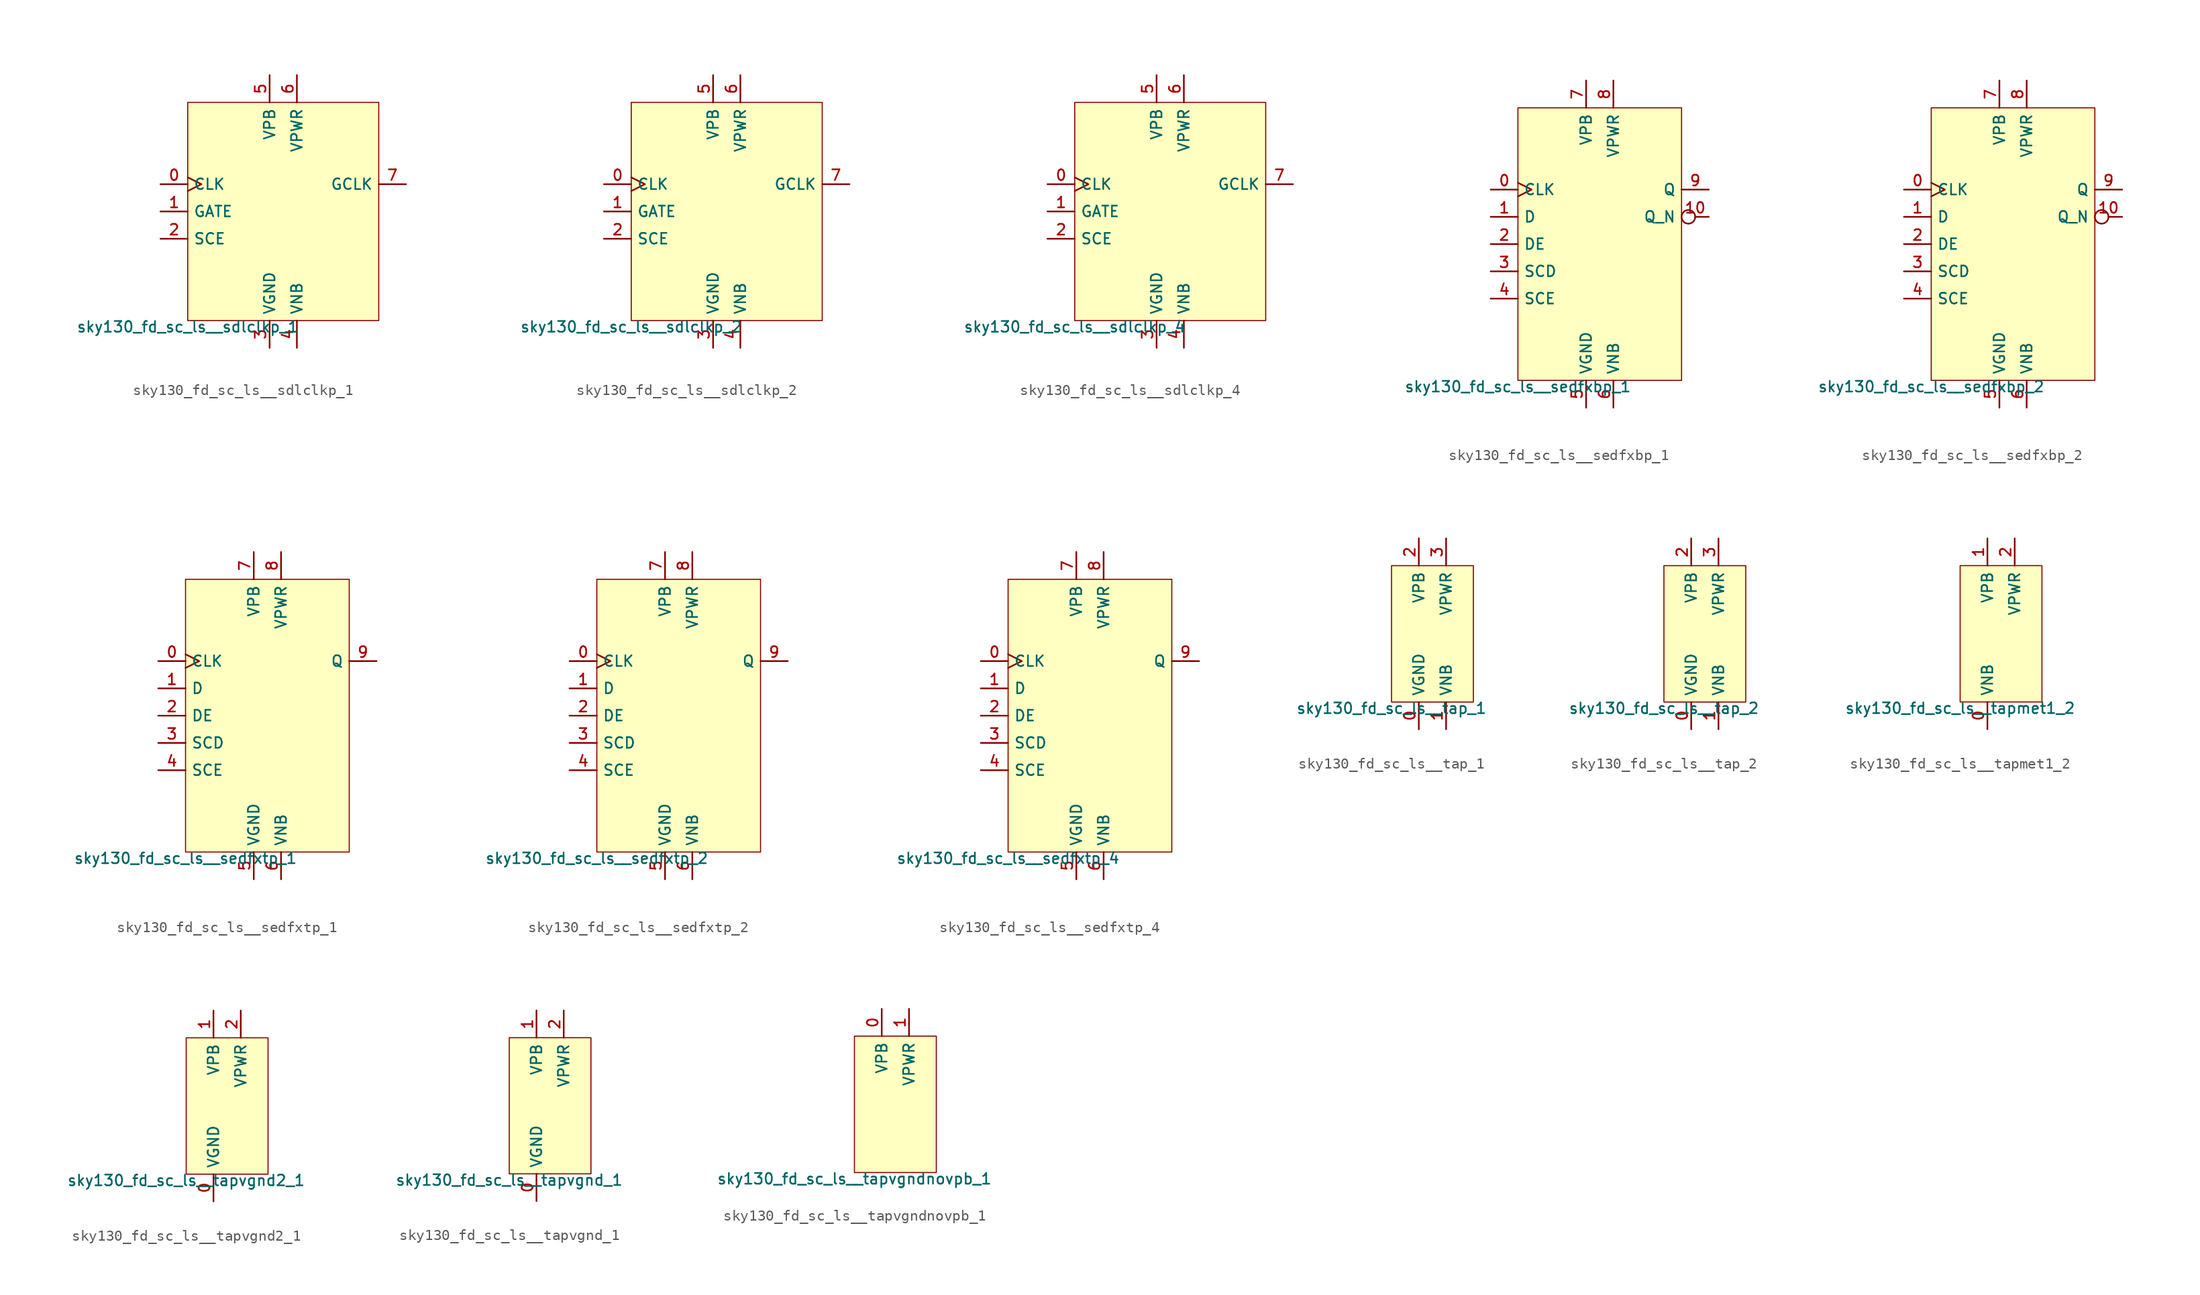
<source format=kicad_sym>
(kicad_symbol_lib
  (version 20211014)
  (generator lef2kicad_sym)
  (symbol "sky130_fd_sc_ls__sdlclkp_1"
    (property "Reference" "X"
      (at 0 0 0)
      (effects (font (size 1 1)) hide))
    (property "Value" "sky130_fd_sc_ls__sdlclkp_1"
      (at -8.89 -10.16 0)
      (effects (font (size 1 1)) (justify top)))
    (rectangle
      (start -8.89 -10.16)
      (end 8.89 10.16)
      (stroke (width 0.1) (type solid) (color 0 0 0 0))
      (fill (type background)))
    (pin input clock
      (at -11.43 2.54 0)
      (length 2.54)
      (name "CLK" (effects (font (size 1 1)) hide))
      (number "0" (effects (font (size 1 1)) hide)))
    (pin input line
      (at -11.43 0.0 0)
      (length 2.54)
      (name "GATE" (effects (font (size 1 1)) hide))
      (number "1" (effects (font (size 1 1)) hide)))
    (pin input line
      (at -11.43 -2.54 0)
      (length 2.54)
      (name "SCE" (effects (font (size 1 1)) hide))
      (number "2" (effects (font (size 1 1)) hide)))
    (pin power_in line
      (at -1.27 -12.7 90)
      (length 2.54)
      (name "VGND" (effects (font (size 1 1)) hide))
      (number "3" (effects (font (size 1 1)) hide)))
    (pin power_in line
      (at 1.27 -12.7 90)
      (length 2.54)
      (name "VNB" (effects (font (size 1 1)) hide))
      (number "4" (effects (font (size 1 1)) hide)))
    (pin power_in line
      (at -1.27 12.7 270)
      (length 2.54)
      (name "VPB" (effects (font (size 1 1)) hide))
      (number "5" (effects (font (size 1 1)) hide)))
    (pin power_in line
      (at 1.27 12.7 270)
      (length 2.54)
      (name "VPWR" (effects (font (size 1 1)) hide))
      (number "6" (effects (font (size 1 1)) hide)))
    (pin output line
      (at 11.43 2.54 180)
      (length 2.54)
      (name "GCLK" (effects (font (size 1 1)) hide))
      (number "7" (effects (font (size 1 1)) hide))))
  (symbol "sky130_fd_sc_ls__sdlclkp_2"
    (property "Reference" "X"
      (at 0 0 0)
      (effects (font (size 1 1)) hide))
    (property "Value" "sky130_fd_sc_ls__sdlclkp_2"
      (at -8.89 -10.16 0)
      (effects (font (size 1 1)) (justify top)))
    (rectangle
      (start -8.89 -10.16)
      (end 8.89 10.16)
      (stroke (width 0.1) (type solid) (color 0 0 0 0))
      (fill (type background)))
    (pin input clock
      (at -11.43 2.54 0)
      (length 2.54)
      (name "CLK" (effects (font (size 1 1)) hide))
      (number "0" (effects (font (size 1 1)) hide)))
    (pin input line
      (at -11.43 0.0 0)
      (length 2.54)
      (name "GATE" (effects (font (size 1 1)) hide))
      (number "1" (effects (font (size 1 1)) hide)))
    (pin input line
      (at -11.43 -2.54 0)
      (length 2.54)
      (name "SCE" (effects (font (size 1 1)) hide))
      (number "2" (effects (font (size 1 1)) hide)))
    (pin power_in line
      (at -1.27 -12.7 90)
      (length 2.54)
      (name "VGND" (effects (font (size 1 1)) hide))
      (number "3" (effects (font (size 1 1)) hide)))
    (pin power_in line
      (at 1.27 -12.7 90)
      (length 2.54)
      (name "VNB" (effects (font (size 1 1)) hide))
      (number "4" (effects (font (size 1 1)) hide)))
    (pin power_in line
      (at -1.27 12.7 270)
      (length 2.54)
      (name "VPB" (effects (font (size 1 1)) hide))
      (number "5" (effects (font (size 1 1)) hide)))
    (pin power_in line
      (at 1.27 12.7 270)
      (length 2.54)
      (name "VPWR" (effects (font (size 1 1)) hide))
      (number "6" (effects (font (size 1 1)) hide)))
    (pin output line
      (at 11.43 2.54 180)
      (length 2.54)
      (name "GCLK" (effects (font (size 1 1)) hide))
      (number "7" (effects (font (size 1 1)) hide))))
  (symbol "sky130_fd_sc_ls__sdlclkp_4"
    (property "Reference" "X"
      (at 0 0 0)
      (effects (font (size 1 1)) hide))
    (property "Value" "sky130_fd_sc_ls__sdlclkp_4"
      (at -8.89 -10.16 0)
      (effects (font (size 1 1)) (justify top)))
    (rectangle
      (start -8.89 -10.16)
      (end 8.89 10.16)
      (stroke (width 0.1) (type solid) (color 0 0 0 0))
      (fill (type background)))
    (pin input clock
      (at -11.43 2.54 0)
      (length 2.54)
      (name "CLK" (effects (font (size 1 1)) hide))
      (number "0" (effects (font (size 1 1)) hide)))
    (pin input line
      (at -11.43 0.0 0)
      (length 2.54)
      (name "GATE" (effects (font (size 1 1)) hide))
      (number "1" (effects (font (size 1 1)) hide)))
    (pin input line
      (at -11.43 -2.54 0)
      (length 2.54)
      (name "SCE" (effects (font (size 1 1)) hide))
      (number "2" (effects (font (size 1 1)) hide)))
    (pin power_in line
      (at -1.27 -12.7 90)
      (length 2.54)
      (name "VGND" (effects (font (size 1 1)) hide))
      (number "3" (effects (font (size 1 1)) hide)))
    (pin power_in line
      (at 1.27 -12.7 90)
      (length 2.54)
      (name "VNB" (effects (font (size 1 1)) hide))
      (number "4" (effects (font (size 1 1)) hide)))
    (pin power_in line
      (at -1.27 12.7 270)
      (length 2.54)
      (name "VPB" (effects (font (size 1 1)) hide))
      (number "5" (effects (font (size 1 1)) hide)))
    (pin power_in line
      (at 1.27 12.7 270)
      (length 2.54)
      (name "VPWR" (effects (font (size 1 1)) hide))
      (number "6" (effects (font (size 1 1)) hide)))
    (pin output line
      (at 11.43 2.54 180)
      (length 2.54)
      (name "GCLK" (effects (font (size 1 1)) hide))
      (number "7" (effects (font (size 1 1)) hide))))
  (symbol "sky130_fd_sc_ls__sedfxbp_1"
    (property "Reference" "X"
      (at 0 0 0)
      (effects (font (size 1 1)) hide))
    (property "Value" "sky130_fd_sc_ls__sedfxbp_1"
      (at -7.62 -12.7 0)
      (effects (font (size 1 1)) (justify top)))
    (rectangle
      (start -7.62 -12.7)
      (end 7.62 12.7)
      (stroke (width 0.1) (type solid) (color 0 0 0 0))
      (fill (type background)))
    (pin input clock
      (at -10.16 5.08 0)
      (length 2.54)
      (name "CLK" (effects (font (size 1 1)) hide))
      (number "0" (effects (font (size 1 1)) hide)))
    (pin input line
      (at -10.16 2.54 0)
      (length 2.54)
      (name "D" (effects (font (size 1 1)) hide))
      (number "1" (effects (font (size 1 1)) hide)))
    (pin input line
      (at -10.16 -8.881784197001252e-16 0)
      (length 2.54)
      (name "DE" (effects (font (size 1 1)) hide))
      (number "2" (effects (font (size 1 1)) hide)))
    (pin input line
      (at -10.16 -2.54 0)
      (length 2.54)
      (name "SCD" (effects (font (size 1 1)) hide))
      (number "3" (effects (font (size 1 1)) hide)))
    (pin input line
      (at -10.16 -5.08 0)
      (length 2.54)
      (name "SCE" (effects (font (size 1 1)) hide))
      (number "4" (effects (font (size 1 1)) hide)))
    (pin power_in line
      (at -1.27 -15.24 90)
      (length 2.54)
      (name "VGND" (effects (font (size 1 1)) hide))
      (number "5" (effects (font (size 1 1)) hide)))
    (pin power_in line
      (at 1.27 -15.24 90)
      (length 2.54)
      (name "VNB" (effects (font (size 1 1)) hide))
      (number "6" (effects (font (size 1 1)) hide)))
    (pin power_in line
      (at -1.27 15.24 270)
      (length 2.54)
      (name "VPB" (effects (font (size 1 1)) hide))
      (number "7" (effects (font (size 1 1)) hide)))
    (pin power_in line
      (at 1.27 15.24 270)
      (length 2.54)
      (name "VPWR" (effects (font (size 1 1)) hide))
      (number "8" (effects (font (size 1 1)) hide)))
    (pin output line
      (at 10.16 5.08 180)
      (length 2.54)
      (name "Q" (effects (font (size 1 1)) hide))
      (number "9" (effects (font (size 1 1)) hide)))
    (pin output inverted
      (at 10.16 2.54 180)
      (length 2.54)
      (name "Q_N" (effects (font (size 1 1)) hide))
      (number "10" (effects (font (size 1 1)) hide))))
  (symbol "sky130_fd_sc_ls__sedfxbp_2"
    (property "Reference" "X"
      (at 0 0 0)
      (effects (font (size 1 1)) hide))
    (property "Value" "sky130_fd_sc_ls__sedfxbp_2"
      (at -7.62 -12.7 0)
      (effects (font (size 1 1)) (justify top)))
    (rectangle
      (start -7.62 -12.7)
      (end 7.62 12.7)
      (stroke (width 0.1) (type solid) (color 0 0 0 0))
      (fill (type background)))
    (pin input clock
      (at -10.16 5.08 0)
      (length 2.54)
      (name "CLK" (effects (font (size 1 1)) hide))
      (number "0" (effects (font (size 1 1)) hide)))
    (pin input line
      (at -10.16 2.54 0)
      (length 2.54)
      (name "D" (effects (font (size 1 1)) hide))
      (number "1" (effects (font (size 1 1)) hide)))
    (pin input line
      (at -10.16 -8.881784197001252e-16 0)
      (length 2.54)
      (name "DE" (effects (font (size 1 1)) hide))
      (number "2" (effects (font (size 1 1)) hide)))
    (pin input line
      (at -10.16 -2.54 0)
      (length 2.54)
      (name "SCD" (effects (font (size 1 1)) hide))
      (number "3" (effects (font (size 1 1)) hide)))
    (pin input line
      (at -10.16 -5.08 0)
      (length 2.54)
      (name "SCE" (effects (font (size 1 1)) hide))
      (number "4" (effects (font (size 1 1)) hide)))
    (pin power_in line
      (at -1.27 -15.24 90)
      (length 2.54)
      (name "VGND" (effects (font (size 1 1)) hide))
      (number "5" (effects (font (size 1 1)) hide)))
    (pin power_in line
      (at 1.27 -15.24 90)
      (length 2.54)
      (name "VNB" (effects (font (size 1 1)) hide))
      (number "6" (effects (font (size 1 1)) hide)))
    (pin power_in line
      (at -1.27 15.24 270)
      (length 2.54)
      (name "VPB" (effects (font (size 1 1)) hide))
      (number "7" (effects (font (size 1 1)) hide)))
    (pin power_in line
      (at 1.27 15.24 270)
      (length 2.54)
      (name "VPWR" (effects (font (size 1 1)) hide))
      (number "8" (effects (font (size 1 1)) hide)))
    (pin output line
      (at 10.16 5.08 180)
      (length 2.54)
      (name "Q" (effects (font (size 1 1)) hide))
      (number "9" (effects (font (size 1 1)) hide)))
    (pin output inverted
      (at 10.16 2.54 180)
      (length 2.54)
      (name "Q_N" (effects (font (size 1 1)) hide))
      (number "10" (effects (font (size 1 1)) hide))))
  (symbol "sky130_fd_sc_ls__sedfxtp_1"
    (property "Reference" "X"
      (at 0 0 0)
      (effects (font (size 1 1)) hide))
    (property "Value" "sky130_fd_sc_ls__sedfxtp_1"
      (at -7.62 -12.7 0)
      (effects (font (size 1 1)) (justify top)))
    (rectangle
      (start -7.62 -12.7)
      (end 7.62 12.7)
      (stroke (width 0.1) (type solid) (color 0 0 0 0))
      (fill (type background)))
    (pin input clock
      (at -10.16 5.08 0)
      (length 2.54)
      (name "CLK" (effects (font (size 1 1)) hide))
      (number "0" (effects (font (size 1 1)) hide)))
    (pin input line
      (at -10.16 2.54 0)
      (length 2.54)
      (name "D" (effects (font (size 1 1)) hide))
      (number "1" (effects (font (size 1 1)) hide)))
    (pin input line
      (at -10.16 -8.881784197001252e-16 0)
      (length 2.54)
      (name "DE" (effects (font (size 1 1)) hide))
      (number "2" (effects (font (size 1 1)) hide)))
    (pin input line
      (at -10.16 -2.54 0)
      (length 2.54)
      (name "SCD" (effects (font (size 1 1)) hide))
      (number "3" (effects (font (size 1 1)) hide)))
    (pin input line
      (at -10.16 -5.08 0)
      (length 2.54)
      (name "SCE" (effects (font (size 1 1)) hide))
      (number "4" (effects (font (size 1 1)) hide)))
    (pin power_in line
      (at -1.27 -15.24 90)
      (length 2.54)
      (name "VGND" (effects (font (size 1 1)) hide))
      (number "5" (effects (font (size 1 1)) hide)))
    (pin power_in line
      (at 1.27 -15.24 90)
      (length 2.54)
      (name "VNB" (effects (font (size 1 1)) hide))
      (number "6" (effects (font (size 1 1)) hide)))
    (pin power_in line
      (at -1.27 15.24 270)
      (length 2.54)
      (name "VPB" (effects (font (size 1 1)) hide))
      (number "7" (effects (font (size 1 1)) hide)))
    (pin power_in line
      (at 1.27 15.24 270)
      (length 2.54)
      (name "VPWR" (effects (font (size 1 1)) hide))
      (number "8" (effects (font (size 1 1)) hide)))
    (pin output line
      (at 10.16 5.08 180)
      (length 2.54)
      (name "Q" (effects (font (size 1 1)) hide))
      (number "9" (effects (font (size 1 1)) hide))))
  (symbol "sky130_fd_sc_ls__sedfxtp_2"
    (property "Reference" "X"
      (at 0 0 0)
      (effects (font (size 1 1)) hide))
    (property "Value" "sky130_fd_sc_ls__sedfxtp_2"
      (at -7.62 -12.7 0)
      (effects (font (size 1 1)) (justify top)))
    (rectangle
      (start -7.62 -12.7)
      (end 7.62 12.7)
      (stroke (width 0.1) (type solid) (color 0 0 0 0))
      (fill (type background)))
    (pin input clock
      (at -10.16 5.08 0)
      (length 2.54)
      (name "CLK" (effects (font (size 1 1)) hide))
      (number "0" (effects (font (size 1 1)) hide)))
    (pin input line
      (at -10.16 2.54 0)
      (length 2.54)
      (name "D" (effects (font (size 1 1)) hide))
      (number "1" (effects (font (size 1 1)) hide)))
    (pin input line
      (at -10.16 -8.881784197001252e-16 0)
      (length 2.54)
      (name "DE" (effects (font (size 1 1)) hide))
      (number "2" (effects (font (size 1 1)) hide)))
    (pin input line
      (at -10.16 -2.54 0)
      (length 2.54)
      (name "SCD" (effects (font (size 1 1)) hide))
      (number "3" (effects (font (size 1 1)) hide)))
    (pin input line
      (at -10.16 -5.08 0)
      (length 2.54)
      (name "SCE" (effects (font (size 1 1)) hide))
      (number "4" (effects (font (size 1 1)) hide)))
    (pin power_in line
      (at -1.27 -15.24 90)
      (length 2.54)
      (name "VGND" (effects (font (size 1 1)) hide))
      (number "5" (effects (font (size 1 1)) hide)))
    (pin power_in line
      (at 1.27 -15.24 90)
      (length 2.54)
      (name "VNB" (effects (font (size 1 1)) hide))
      (number "6" (effects (font (size 1 1)) hide)))
    (pin power_in line
      (at -1.27 15.24 270)
      (length 2.54)
      (name "VPB" (effects (font (size 1 1)) hide))
      (number "7" (effects (font (size 1 1)) hide)))
    (pin power_in line
      (at 1.27 15.24 270)
      (length 2.54)
      (name "VPWR" (effects (font (size 1 1)) hide))
      (number "8" (effects (font (size 1 1)) hide)))
    (pin output line
      (at 10.16 5.08 180)
      (length 2.54)
      (name "Q" (effects (font (size 1 1)) hide))
      (number "9" (effects (font (size 1 1)) hide))))
  (symbol "sky130_fd_sc_ls__sedfxtp_4"
    (property "Reference" "X"
      (at 0 0 0)
      (effects (font (size 1 1)) hide))
    (property "Value" "sky130_fd_sc_ls__sedfxtp_4"
      (at -7.62 -12.7 0)
      (effects (font (size 1 1)) (justify top)))
    (rectangle
      (start -7.62 -12.7)
      (end 7.62 12.7)
      (stroke (width 0.1) (type solid) (color 0 0 0 0))
      (fill (type background)))
    (pin input clock
      (at -10.16 5.08 0)
      (length 2.54)
      (name "CLK" (effects (font (size 1 1)) hide))
      (number "0" (effects (font (size 1 1)) hide)))
    (pin input line
      (at -10.16 2.54 0)
      (length 2.54)
      (name "D" (effects (font (size 1 1)) hide))
      (number "1" (effects (font (size 1 1)) hide)))
    (pin input line
      (at -10.16 -8.881784197001252e-16 0)
      (length 2.54)
      (name "DE" (effects (font (size 1 1)) hide))
      (number "2" (effects (font (size 1 1)) hide)))
    (pin input line
      (at -10.16 -2.54 0)
      (length 2.54)
      (name "SCD" (effects (font (size 1 1)) hide))
      (number "3" (effects (font (size 1 1)) hide)))
    (pin input line
      (at -10.16 -5.08 0)
      (length 2.54)
      (name "SCE" (effects (font (size 1 1)) hide))
      (number "4" (effects (font (size 1 1)) hide)))
    (pin power_in line
      (at -1.27 -15.24 90)
      (length 2.54)
      (name "VGND" (effects (font (size 1 1)) hide))
      (number "5" (effects (font (size 1 1)) hide)))
    (pin power_in line
      (at 1.27 -15.24 90)
      (length 2.54)
      (name "VNB" (effects (font (size 1 1)) hide))
      (number "6" (effects (font (size 1 1)) hide)))
    (pin power_in line
      (at -1.27 15.24 270)
      (length 2.54)
      (name "VPB" (effects (font (size 1 1)) hide))
      (number "7" (effects (font (size 1 1)) hide)))
    (pin power_in line
      (at 1.27 15.24 270)
      (length 2.54)
      (name "VPWR" (effects (font (size 1 1)) hide))
      (number "8" (effects (font (size 1 1)) hide)))
    (pin output line
      (at 10.16 5.08 180)
      (length 2.54)
      (name "Q" (effects (font (size 1 1)) hide))
      (number "9" (effects (font (size 1 1)) hide))))
  (symbol "sky130_fd_sc_ls__tap_1"
    (property "Reference" "X"
      (at 0 0 0)
      (effects (font (size 1 1)) hide))
    (property "Value" "sky130_fd_sc_ls__tap_1"
      (at -3.81 -6.35 0)
      (effects (font (size 1 1)) (justify top)))
    (rectangle
      (start -3.81 -6.35)
      (end 3.81 6.35)
      (stroke (width 0.1) (type solid) (color 0 0 0 0))
      (fill (type background)))
    (pin power_in line
      (at -1.27 -8.89 90)
      (length 2.54)
      (name "VGND" (effects (font (size 1 1)) hide))
      (number "0" (effects (font (size 1 1)) hide)))
    (pin power_in line
      (at 1.27 -8.89 90)
      (length 2.54)
      (name "VNB" (effects (font (size 1 1)) hide))
      (number "1" (effects (font (size 1 1)) hide)))
    (pin power_in line
      (at -1.27 8.89 270)
      (length 2.54)
      (name "VPB" (effects (font (size 1 1)) hide))
      (number "2" (effects (font (size 1 1)) hide)))
    (pin power_in line
      (at 1.27 8.89 270)
      (length 2.54)
      (name "VPWR" (effects (font (size 1 1)) hide))
      (number "3" (effects (font (size 1 1)) hide))))
  (symbol "sky130_fd_sc_ls__tap_2"
    (property "Reference" "X"
      (at 0 0 0)
      (effects (font (size 1 1)) hide))
    (property "Value" "sky130_fd_sc_ls__tap_2"
      (at -3.81 -6.35 0)
      (effects (font (size 1 1)) (justify top)))
    (rectangle
      (start -3.81 -6.35)
      (end 3.81 6.35)
      (stroke (width 0.1) (type solid) (color 0 0 0 0))
      (fill (type background)))
    (pin power_in line
      (at -1.27 -8.89 90)
      (length 2.54)
      (name "VGND" (effects (font (size 1 1)) hide))
      (number "0" (effects (font (size 1 1)) hide)))
    (pin power_in line
      (at 1.27 -8.89 90)
      (length 2.54)
      (name "VNB" (effects (font (size 1 1)) hide))
      (number "1" (effects (font (size 1 1)) hide)))
    (pin power_in line
      (at -1.27 8.89 270)
      (length 2.54)
      (name "VPB" (effects (font (size 1 1)) hide))
      (number "2" (effects (font (size 1 1)) hide)))
    (pin power_in line
      (at 1.27 8.89 270)
      (length 2.54)
      (name "VPWR" (effects (font (size 1 1)) hide))
      (number "3" (effects (font (size 1 1)) hide))))
  (symbol "sky130_fd_sc_ls__tapmet1_2"
    (property "Reference" "X"
      (at 0 0 0)
      (effects (font (size 1 1)) hide))
    (property "Value" "sky130_fd_sc_ls__tapmet1_2"
      (at -3.81 -6.35 0)
      (effects (font (size 1 1)) (justify top)))
    (rectangle
      (start -3.81 -6.35)
      (end 3.81 6.35)
      (stroke (width 0.1) (type solid) (color 0 0 0 0))
      (fill (type background)))
    (pin power_in line
      (at -1.27 -8.89 90)
      (length 2.54)
      (name "VNB" (effects (font (size 1 1)) hide))
      (number "0" (effects (font (size 1 1)) hide)))
    (pin power_in line
      (at -1.27 8.89 270)
      (length 2.54)
      (name "VPB" (effects (font (size 1 1)) hide))
      (number "1" (effects (font (size 1 1)) hide)))
    (pin power_in line
      (at 1.27 8.89 270)
      (length 2.54)
      (name "VPWR" (effects (font (size 1 1)) hide))
      (number "2" (effects (font (size 1 1)) hide))))
  (symbol "sky130_fd_sc_ls__tapvgnd2_1"
    (property "Reference" "X"
      (at 0 0 0)
      (effects (font (size 1 1)) hide))
    (property "Value" "sky130_fd_sc_ls__tapvgnd2_1"
      (at -3.81 -6.35 0)
      (effects (font (size 1 1)) (justify top)))
    (rectangle
      (start -3.81 -6.35)
      (end 3.81 6.35)
      (stroke (width 0.1) (type solid) (color 0 0 0 0))
      (fill (type background)))
    (pin power_in line
      (at -1.27 -8.89 90)
      (length 2.54)
      (name "VGND" (effects (font (size 1 1)) hide))
      (number "0" (effects (font (size 1 1)) hide)))
    (pin power_in line
      (at -1.27 8.89 270)
      (length 2.54)
      (name "VPB" (effects (font (size 1 1)) hide))
      (number "1" (effects (font (size 1 1)) hide)))
    (pin power_in line
      (at 1.27 8.89 270)
      (length 2.54)
      (name "VPWR" (effects (font (size 1 1)) hide))
      (number "2" (effects (font (size 1 1)) hide))))
  (symbol "sky130_fd_sc_ls__tapvgnd_1"
    (property "Reference" "X"
      (at 0 0 0)
      (effects (font (size 1 1)) hide))
    (property "Value" "sky130_fd_sc_ls__tapvgnd_1"
      (at -3.81 -6.35 0)
      (effects (font (size 1 1)) (justify top)))
    (rectangle
      (start -3.81 -6.35)
      (end 3.81 6.35)
      (stroke (width 0.1) (type solid) (color 0 0 0 0))
      (fill (type background)))
    (pin power_in line
      (at -1.27 -8.89 90)
      (length 2.54)
      (name "VGND" (effects (font (size 1 1)) hide))
      (number "0" (effects (font (size 1 1)) hide)))
    (pin power_in line
      (at -1.27 8.89 270)
      (length 2.54)
      (name "VPB" (effects (font (size 1 1)) hide))
      (number "1" (effects (font (size 1 1)) hide)))
    (pin power_in line
      (at 1.27 8.89 270)
      (length 2.54)
      (name "VPWR" (effects (font (size 1 1)) hide))
      (number "2" (effects (font (size 1 1)) hide))))
  (symbol "sky130_fd_sc_ls__tapvgndnovpb_1"
    (property "Reference" "X"
      (at 0 0 0)
      (effects (font (size 1 1)) hide))
    (property "Value" "sky130_fd_sc_ls__tapvgndnovpb_1"
      (at -3.81 -6.35 0)
      (effects (font (size 1 1)) (justify top)))
    (rectangle
      (start -3.81 -6.35)
      (end 3.81 6.35)
      (stroke (width 0.1) (type solid) (color 0 0 0 0))
      (fill (type background)))
    (pin power_in line
      (at -1.27 8.89 270)
      (length 2.54)
      (name "VPB" (effects (font (size 1 1)) hide))
      (number "0" (effects (font (size 1 1)) hide)))
    (pin power_in line
      (at 1.27 8.89 270)
      (length 2.54)
      (name "VPWR" (effects (font (size 1 1)) hide))
      (number "1" (effects (font (size 1 1)) hide)))))
</source>
